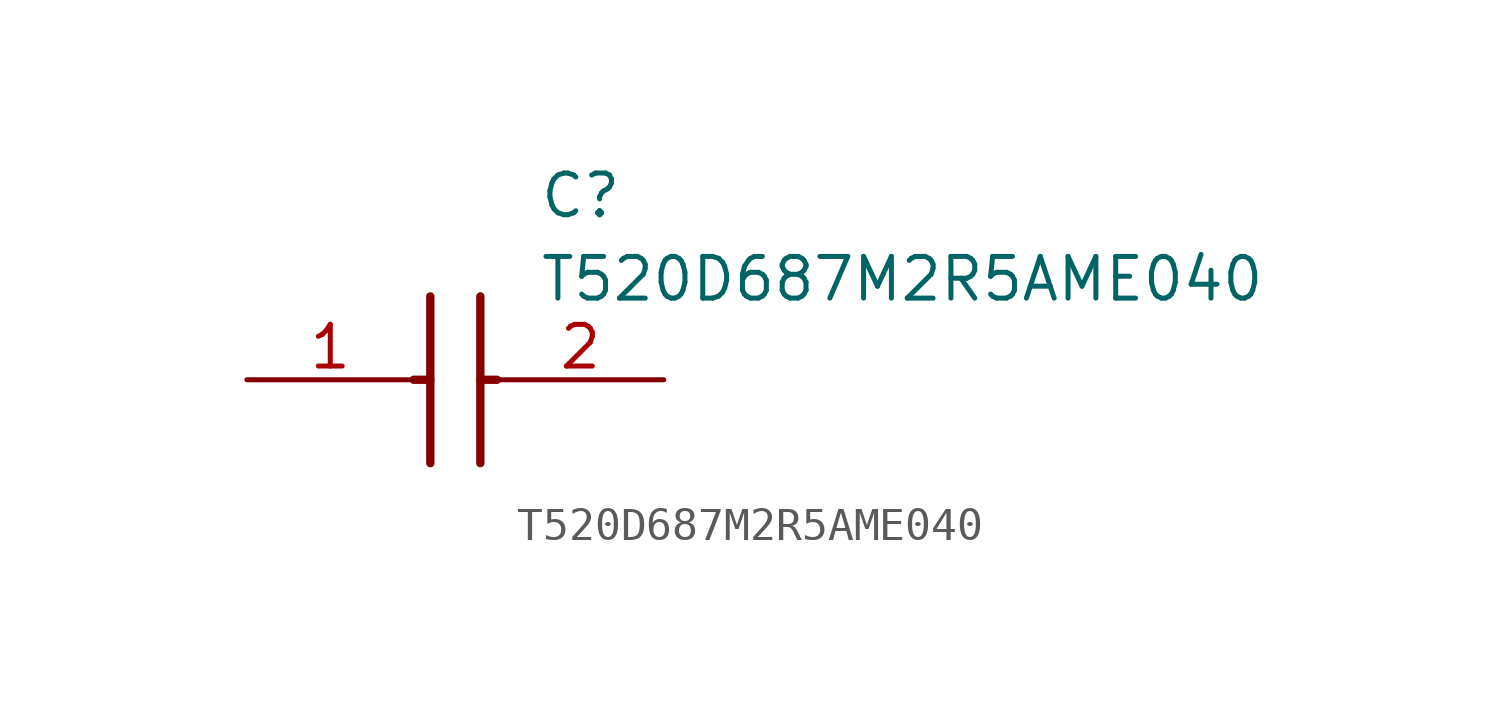
<source format=kicad_sym>
(kicad_symbol_lib
  (version 20211014)
  (generator SamacSys_ECAD_Model)
  (symbol "T520D687M2R5AME040"
    (pin_names hide)
    (property "Reference" "C"
      (at 8.89 6.35 0)
      (effects (font (size 1.27 1.27)) (justify left top)))
    (property "Value" "T520D687M2R5AME040"
      (at 8.89 3.81 0)
      (effects (font (size 1.27 1.27)) (justify left top)))
    (polyline
      (pts (xy 5.588 2.54) (xy 5.588 -2.54))
      (stroke (width 0.254) (type default))
      (fill (type none)))
    (polyline
      (pts (xy 7.112 2.54) (xy 7.112 -2.54))
      (stroke (width 0.254) (type default))
      (fill (type none)))
    (polyline
      (pts (xy 5.08 0) (xy 5.588 0))
      (stroke (width 0.254) (type default))
      (fill (type none)))
    (polyline
      (pts (xy 7.112 0) (xy 7.62 0))
      (stroke (width 0.254) (type default))
      (fill (type none)))
    (pin passive line
      (at 0 0 0)
      (length 5.08)
      (name "+" (effects (font (size 1.27 1.27))))
      (number "1" (effects (font (size 1.27 1.27)))))
    (pin passive line
      (at 12.7 0 180)
      (length 5.08)
      (name "-" (effects (font (size 1.27 1.27))))
      (number "2" (effects (font (size 1.27 1.27)))))))
</source>
